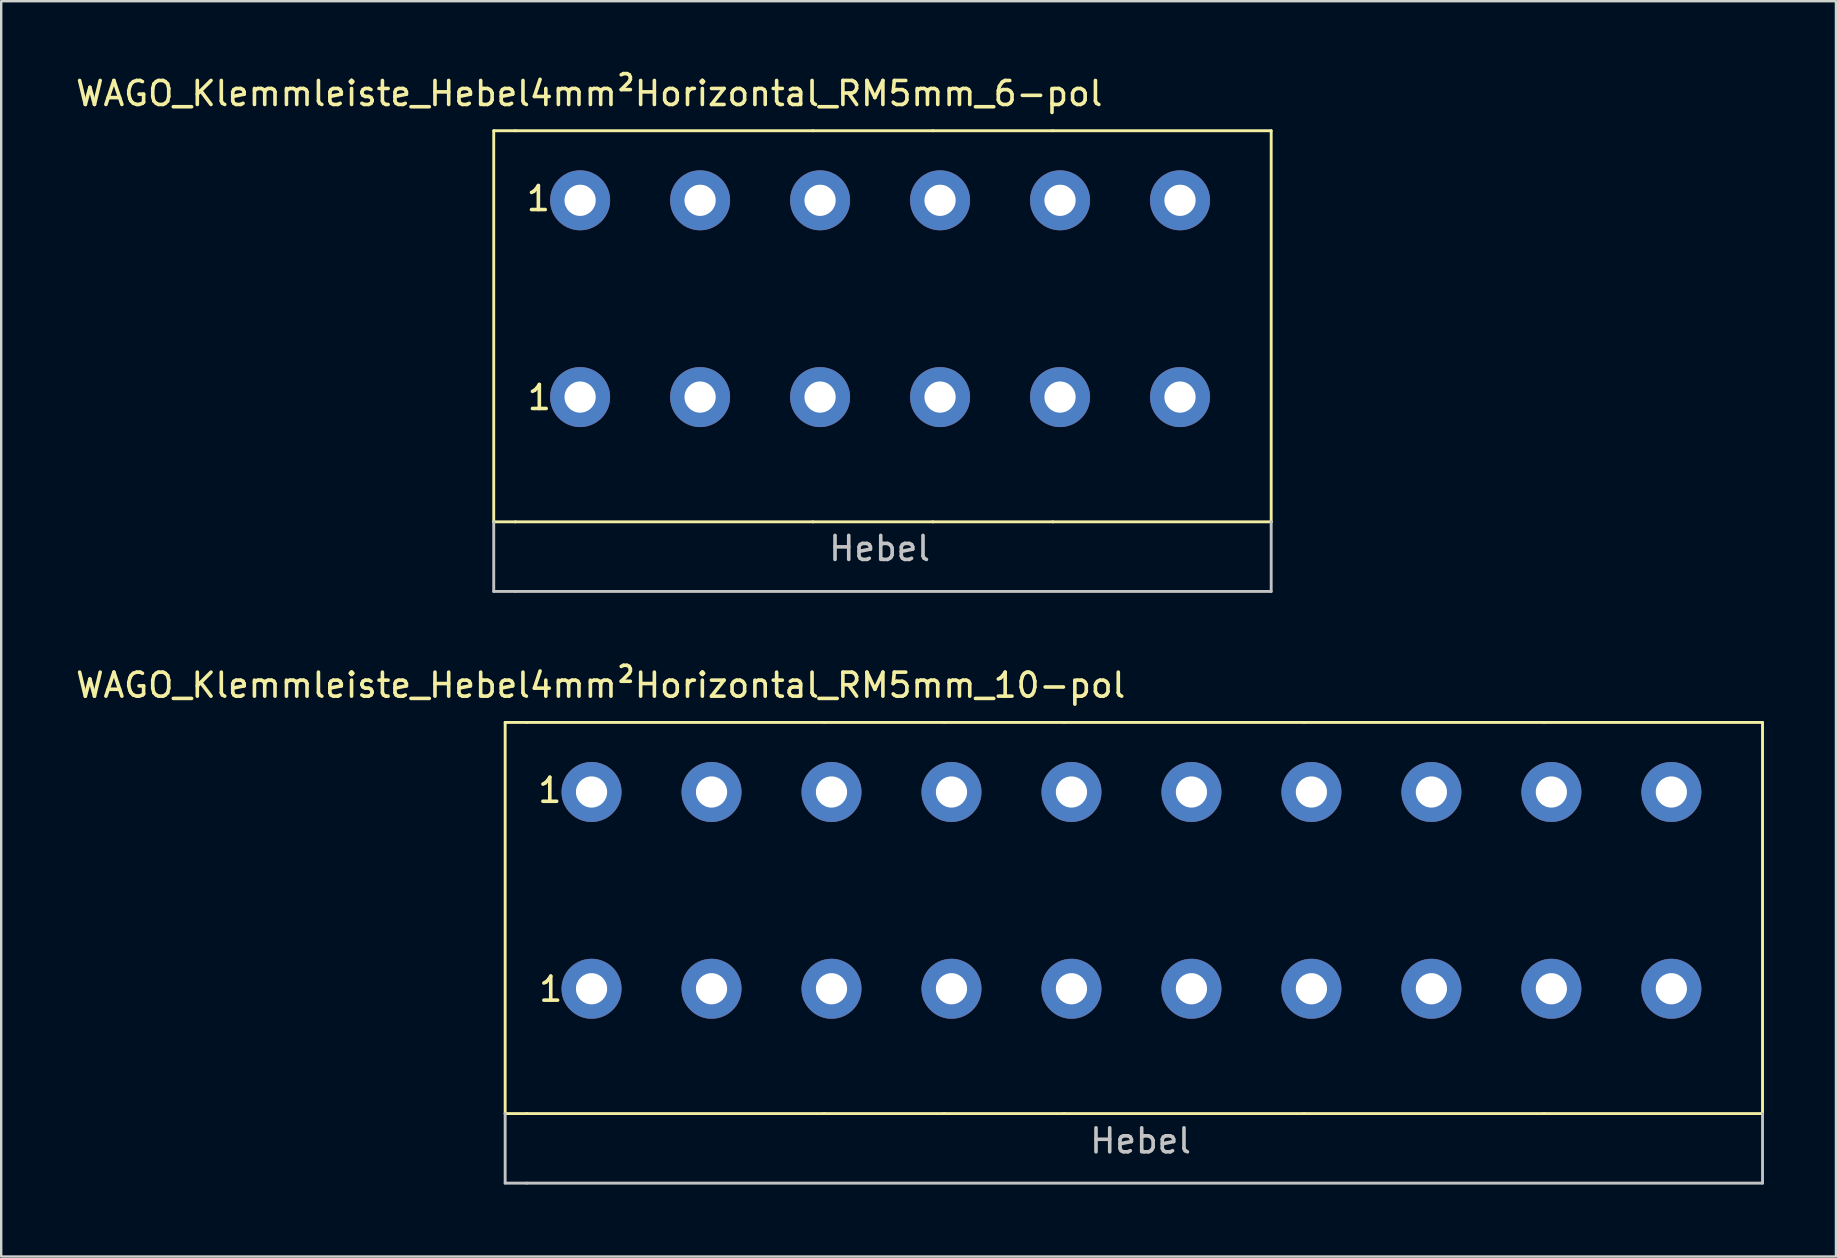
<source format=kicad_pcb>
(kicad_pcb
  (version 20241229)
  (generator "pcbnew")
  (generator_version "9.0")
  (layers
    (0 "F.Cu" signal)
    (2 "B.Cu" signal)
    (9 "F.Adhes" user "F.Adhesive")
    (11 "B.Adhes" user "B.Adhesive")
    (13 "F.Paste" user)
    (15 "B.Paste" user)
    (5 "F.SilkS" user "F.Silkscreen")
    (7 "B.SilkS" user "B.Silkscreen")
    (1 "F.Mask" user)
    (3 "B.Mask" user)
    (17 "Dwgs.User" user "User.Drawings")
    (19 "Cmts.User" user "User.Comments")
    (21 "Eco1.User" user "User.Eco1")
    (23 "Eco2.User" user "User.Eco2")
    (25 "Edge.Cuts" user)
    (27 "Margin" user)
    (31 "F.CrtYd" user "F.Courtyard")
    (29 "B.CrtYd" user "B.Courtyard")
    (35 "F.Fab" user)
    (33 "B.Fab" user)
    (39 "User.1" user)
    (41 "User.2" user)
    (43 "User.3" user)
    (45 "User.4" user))
  (footprint "WAGO_Klemmleiste_Hebel4mm²Horizontal_RM5mm_6-pol"
    (layer "F.Cu")
    (at 21.126 5.298)
    (property "Reference" "WAGO_Klemmleiste_Hebel4mm²Horizontal_RM5mm_6-pol" (at 0.38 -4.45 0) (layer "F.SilkS") (effects (font (size 1 1) (thickness 0.15))))
    (attr through_hole)
    (fp_line (start -3.6 -2.9) (end -3.6 13.4) (stroke (width 0.12) (type solid)) (layer "F.SilkS"))
    (fp_line (start -3.6 13.4) (end -2.7 13.4) (stroke (width 0.12) (type solid)) (layer "F.SilkS"))
    (fp_line (start -2.7 -2.9) (end -3.6 -2.9) (stroke (width 0.12) (type solid)) (layer "F.SilkS"))
    (fp_line (start -2.7 -2.9) (end 9.7 -2.9) (stroke (width 0.12) (type solid)) (layer "F.SilkS"))
    (fp_line (start 9.7 -2.9) (end 14.7 -2.9) (stroke (width 0.12) (type solid)) (layer "F.SilkS"))
    (fp_line (start 9.7 13.4) (end -2.7 13.4) (stroke (width 0.12) (type solid)) (layer "F.SilkS"))
    (fp_line (start 14.7 -2.9) (end 19.7 -2.9) (stroke (width 0.12) (type solid)) (layer "F.SilkS"))
    (fp_line (start 14.7 13.4) (end 9.7 13.4) (stroke (width 0.12) (type solid)) (layer "F.SilkS"))
    (fp_line (start 19.7 -2.9) (end 28.8 -2.9) (stroke (width 0.12) (type solid)) (layer "F.SilkS"))
    (fp_line (start 19.7 13.4) (end 14.7 13.4) (stroke (width 0.12) (type solid)) (layer "F.SilkS"))
    (fp_line (start 28.8 -2.9) (end 28.8 13.4) (stroke (width 0.12) (type solid)) (layer "F.SilkS"))
    (fp_line (start 28.8 13.4) (end 19.7 13.4) (stroke (width 0.12) (type solid)) (layer "F.SilkS"))
    (fp_line (start -3.6 13.4) (end -3.6 16.3) (stroke (width 0.12) (type solid)) (layer "Dwgs.User"))
    (fp_line (start -3.6 16.3) (end -2.7 16.3) (stroke (width 0.12) (type solid)) (layer "Dwgs.User"))
    (fp_line (start -2.7 16.3) (end 28.8 16.3) (stroke (width 0.12) (type solid)) (layer "Dwgs.User"))
    (fp_line (start 28.8 13.4) (end 28.8 16.3) (stroke (width 0.12) (type solid)) (layer "Dwgs.User"))
    (fp_text user "1" (at -1.7 8.22 0) (layer "F.SilkS") (effects (font (size 1 1) (thickness 0.15))))
    (fp_text user "1" (at -1.74 -0.07 0) (layer "F.SilkS") (effects (font (size 1 1) (thickness 0.15))))
    (fp_text user "Hebel" (at 12.48 14.51 0) (layer "Dwgs.User") (effects (font (size 1 1) (thickness 0.15))))
    (pad "1" thru_hole circle (at 0 0) (size 2.5 2.5) (drill 1.3) (layers "*.Cu" "*.Mask"))
    (pad "1" thru_hole circle (at 0 8.2) (size 2.5 2.5) (drill 1.3) (layers "*.Cu" "*.Mask"))
    (pad "2" thru_hole circle (at 5 0) (size 2.5 2.5) (drill 1.3) (layers "*.Cu" "*.Mask"))
    (pad "2" thru_hole circle (at 5 8.2) (size 2.5 2.5) (drill 1.3) (layers "*.Cu" "*.Mask"))
    (pad "3" thru_hole circle (at 10 0) (size 2.5 2.5) (drill 1.3) (layers "*.Cu" "*.Mask"))
    (pad "3" thru_hole circle (at 10 8.2) (size 2.5 2.5) (drill 1.3) (layers "*.Cu" "*.Mask"))
    (pad "4" thru_hole circle (at 15 0) (size 2.5 2.5) (drill 1.3) (layers "*.Cu" "*.Mask"))
    (pad "4" thru_hole circle (at 15 8.2) (size 2.5 2.5) (drill 1.3) (layers "*.Cu" "*.Mask"))
    (pad "5" thru_hole circle (at 20 0) (size 2.5 2.5) (drill 1.3) (layers "*.Cu" "*.Mask"))
    (pad "5" thru_hole circle (at 20 8.2) (size 2.5 2.5) (drill 1.3) (layers "*.Cu" "*.Mask"))
    (pad "6" thru_hole circle (at 25 0) (size 2.5 2.5) (drill 1.3) (layers "*.Cu" "*.Mask"))
    (pad "6" thru_hole circle (at 25 8.2) (size 2.5 2.5) (drill 1.3) (layers "*.Cu" "*.Mask")))
  (footprint "WAGO_Klemmleiste_Hebel4mm²Horizontal_RM5mm_10-pol"
    (layer "F.Cu")
    (at 21.602 29.956)
    (property "Reference" "WAGO_Klemmleiste_Hebel4mm²Horizontal_RM5mm_10-pol" (at 0.38 -4.45 0) (layer "F.SilkS") (effects (font (size 1 1) (thickness 0.15))))
    (attr through_hole)
    (fp_line (start -3.6 -2.9) (end -3.6 13.4) (stroke (width 0.12) (type solid)) (layer "F.SilkS"))
    (fp_line (start -3.6 13.4) (end -2.7 13.4) (stroke (width 0.12) (type solid)) (layer "F.SilkS"))
    (fp_line (start -2.7 -2.9) (end -3.6 -2.9) (stroke (width 0.12) (type solid)) (layer "F.SilkS"))
    (fp_line (start -2.7 -2.9) (end 9.7 -2.9) (stroke (width 0.12) (type solid)) (layer "F.SilkS"))
    (fp_line (start 9.7 -2.9) (end 14.7 -2.9) (stroke (width 0.12) (type solid)) (layer "F.SilkS"))
    (fp_line (start 9.7 13.4) (end -2.7 13.4) (stroke (width 0.12) (type solid)) (layer "F.SilkS"))
    (fp_line (start 14.7 -2.9) (end 19.7 -2.9) (stroke (width 0.12) (type solid)) (layer "F.SilkS"))
    (fp_line (start 14.7 13.4) (end 9.7 13.4) (stroke (width 0.12) (type solid)) (layer "F.SilkS"))
    (fp_line (start 19.7 -2.9) (end 29.7 -2.9) (stroke (width 0.12) (type solid)) (layer "F.SilkS"))
    (fp_line (start 19.7 13.4) (end 14.7 13.4) (stroke (width 0.12) (type solid)) (layer "F.SilkS"))
    (fp_line (start 29.7 -2.9) (end 39.7 -2.9) (stroke (width 0.12) (type solid)) (layer "F.SilkS"))
    (fp_line (start 29.7 13.4) (end 19.7 13.4) (stroke (width 0.12) (type solid)) (layer "F.SilkS"))
    (fp_line (start 39.7 -2.9) (end 48.8 -2.9) (stroke (width 0.12) (type solid)) (layer "F.SilkS"))
    (fp_line (start 39.7 13.4) (end 29.7 13.4) (stroke (width 0.12) (type solid)) (layer "F.SilkS"))
    (fp_line (start 48.8 -2.9) (end 48.8 13.4) (stroke (width 0.12) (type solid)) (layer "F.SilkS"))
    (fp_line (start 48.8 13.4) (end 39.7 13.4) (stroke (width 0.12) (type solid)) (layer "F.SilkS"))
    (fp_line (start -3.6 13.4) (end -3.6 16.3) (stroke (width 0.12) (type solid)) (layer "Dwgs.User"))
    (fp_line (start -2.7 16.3) (end -3.6 16.3) (stroke (width 0.12) (type solid)) (layer "Dwgs.User"))
    (fp_line (start -2.7 16.3) (end 48.8 16.3) (stroke (width 0.12) (type solid)) (layer "Dwgs.User"))
    (fp_line (start 48.8 13.4) (end 48.8 16.3) (stroke (width 0.12) (type solid)) (layer "Dwgs.User"))
    (fp_text user "1" (at -1.7 8.22 0) (layer "F.SilkS") (effects (font (size 1 1) (thickness 0.15))))
    (fp_text user "1" (at -1.74 -0.07 0) (layer "F.SilkS") (effects (font (size 1 1) (thickness 0.15))))
    (fp_text user "Hebel" (at 22.88 14.54 0) (layer "Dwgs.User") (effects (font (size 1 1) (thickness 0.15))))
    (pad "1" thru_hole circle (at 0 0) (size 2.5 2.5) (drill 1.3) (layers "*.Cu" "*.Mask"))
    (pad "1" thru_hole circle (at 0 8.2) (size 2.5 2.5) (drill 1.3) (layers "*.Cu" "*.Mask"))
    (pad "2" thru_hole circle (at 5 0) (size 2.5 2.5) (drill 1.3) (layers "*.Cu" "*.Mask"))
    (pad "2" thru_hole circle (at 5 8.2) (size 2.5 2.5) (drill 1.3) (layers "*.Cu" "*.Mask"))
    (pad "3" thru_hole circle (at 10 0) (size 2.5 2.5) (drill 1.3) (layers "*.Cu" "*.Mask"))
    (pad "3" thru_hole circle (at 10 8.2) (size 2.5 2.5) (drill 1.3) (layers "*.Cu" "*.Mask"))
    (pad "4" thru_hole circle (at 15 0) (size 2.5 2.5) (drill 1.3) (layers "*.Cu" "*.Mask"))
    (pad "4" thru_hole circle (at 15 8.2) (size 2.5 2.5) (drill 1.3) (layers "*.Cu" "*.Mask"))
    (pad "5" thru_hole circle (at 20 0) (size 2.5 2.5) (drill 1.3) (layers "*.Cu" "*.Mask"))
    (pad "5" thru_hole circle (at 20 8.2) (size 2.5 2.5) (drill 1.3) (layers "*.Cu" "*.Mask"))
    (pad "6" thru_hole circle (at 25 0) (size 2.5 2.5) (drill 1.3) (layers "*.Cu" "*.Mask"))
    (pad "6" thru_hole circle (at 25 8.2) (size 2.5 2.5) (drill 1.3) (layers "*.Cu" "*.Mask"))
    (pad "7" thru_hole circle (at 30 0) (size 2.5 2.5) (drill 1.3) (layers "*.Cu" "*.Mask"))
    (pad "7" thru_hole circle (at 30 8.2) (size 2.5 2.5) (drill 1.3) (layers "*.Cu" "*.Mask"))
    (pad "8" thru_hole circle (at 35 0) (size 2.5 2.5) (drill 1.3) (layers "*.Cu" "*.Mask"))
    (pad "8" thru_hole circle (at 35 8.2) (size 2.5 2.5) (drill 1.3) (layers "*.Cu" "*.Mask"))
    (pad "9" thru_hole circle (at 40 0) (size 2.5 2.5) (drill 1.3) (layers "*.Cu" "*.Mask"))
    (pad "9" thru_hole circle (at 40 8.2) (size 2.5 2.5) (drill 1.3) (layers "*.Cu" "*.Mask"))
    (pad "10" thru_hole circle (at 45 0) (size 2.5 2.5) (drill 1.3) (layers "*.Cu" "*.Mask"))
    (pad "10" thru_hole circle (at 45 8.2) (size 2.5 2.5) (drill 1.3) (layers "*.Cu" "*.Mask")))
  (gr_rect
    (start -3 -3)
    (end 73.462 49.316)
    (stroke (width 0.1) (type default))
    (fill no)
    (layer "Edge.Cuts")))
</source>
